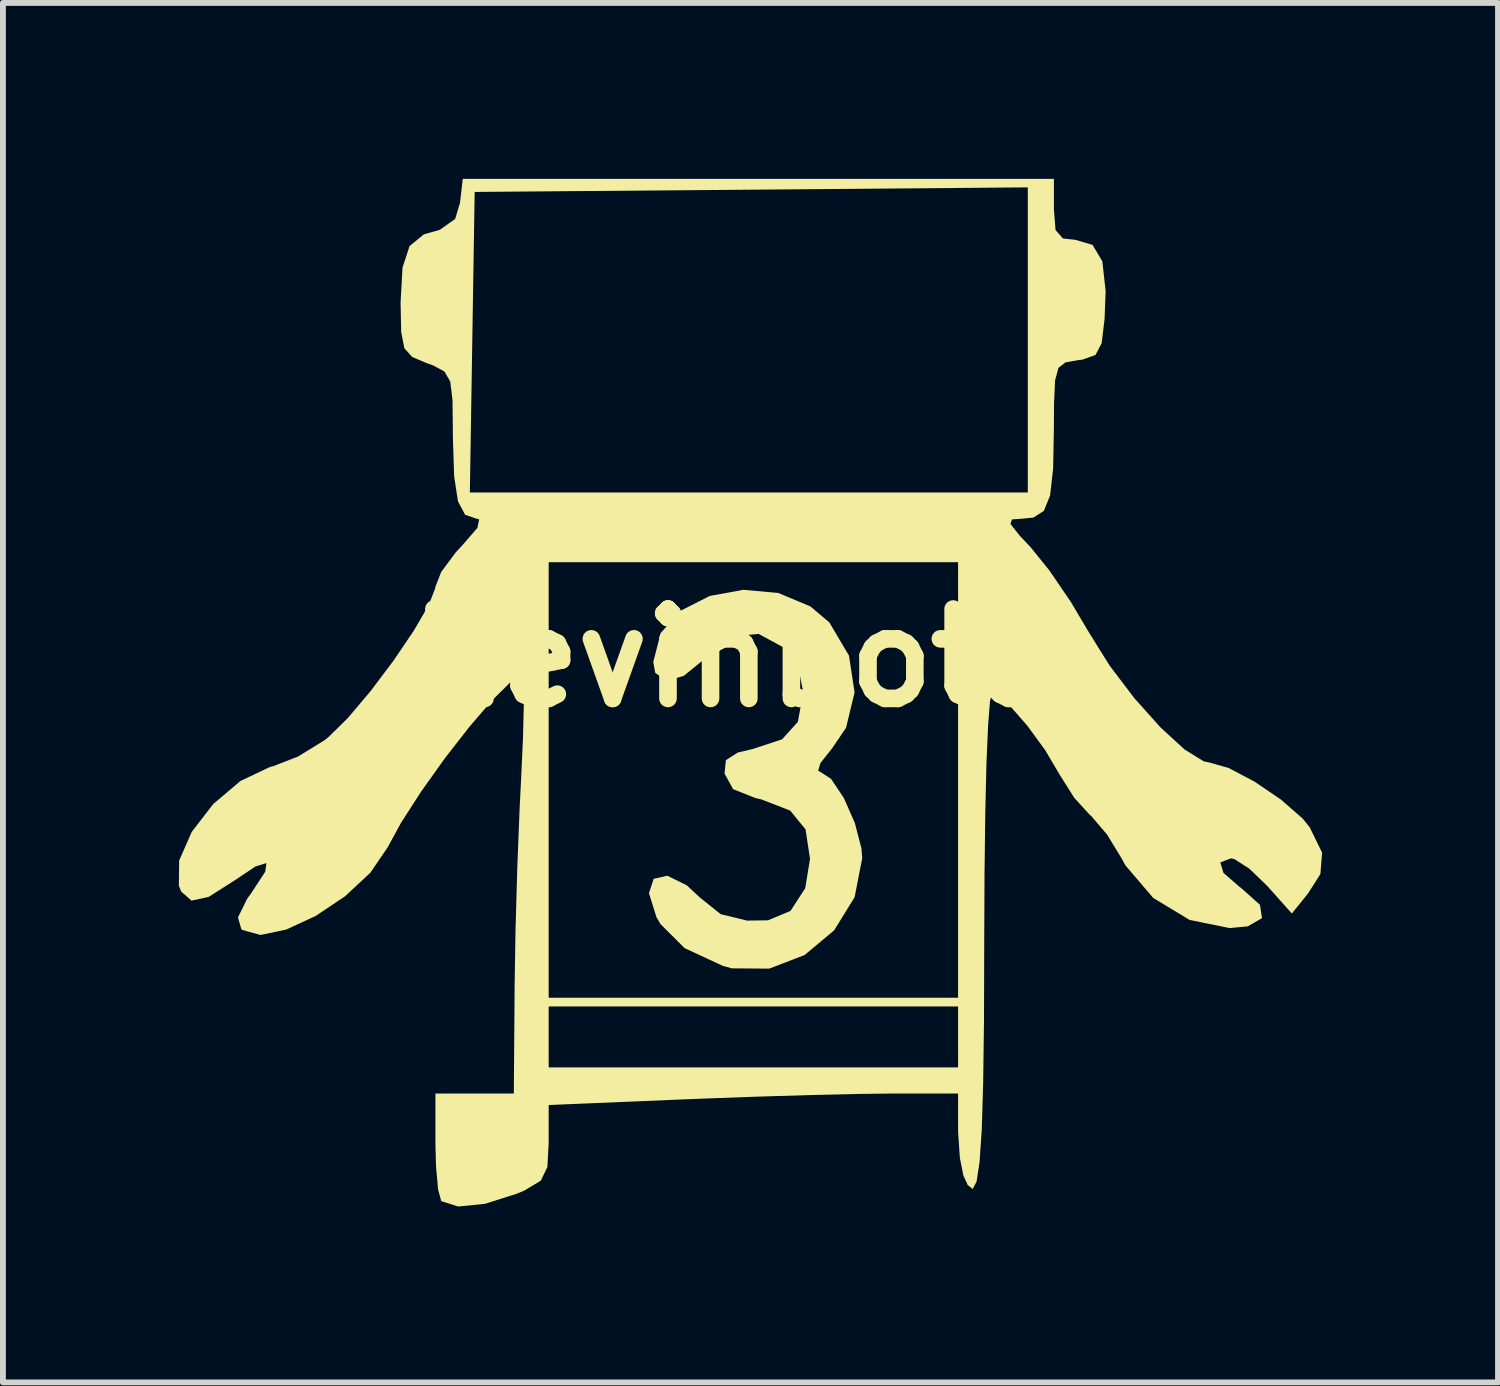
<source format=kicad_pcb>
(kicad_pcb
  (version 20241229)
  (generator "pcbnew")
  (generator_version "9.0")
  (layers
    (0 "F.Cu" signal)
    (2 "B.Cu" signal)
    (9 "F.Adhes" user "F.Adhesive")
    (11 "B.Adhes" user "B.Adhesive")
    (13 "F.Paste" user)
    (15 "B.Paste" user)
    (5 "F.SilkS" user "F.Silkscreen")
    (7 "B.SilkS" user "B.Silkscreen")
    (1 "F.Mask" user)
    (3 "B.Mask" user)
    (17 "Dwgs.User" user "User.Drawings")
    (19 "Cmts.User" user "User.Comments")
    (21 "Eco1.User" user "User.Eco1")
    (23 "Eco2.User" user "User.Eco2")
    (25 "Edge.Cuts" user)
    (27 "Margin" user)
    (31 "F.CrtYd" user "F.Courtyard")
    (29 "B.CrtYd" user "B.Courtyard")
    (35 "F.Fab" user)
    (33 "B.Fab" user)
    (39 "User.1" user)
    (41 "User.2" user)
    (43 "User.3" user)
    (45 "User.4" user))
  (footprint "Kevinbot3"
    (layer "F.Cu")
    (at 9.574 8.17)
    (property "Reference" "Kevinbot3" (at 0 0 0) (layer "F.SilkS") (effects (font (size 1.524 1.524) (thickness 0.3))))
    (attr board_only exclude_from_pos_files exclude_from_bom)
    (fp_poly (pts (xy 0.649 -1.108) (xy 1.196 -0.879) (xy 1.518 -0.606) (xy 1.853 -0.04) (xy 1.948 0.587) (xy 1.803 1.189) (xy 1.567 1.538) (xy 1.366 1.791) (xy 1.326 1.925) (xy 1.346 1.931) (xy 1.546 2.06) (xy 1.764 2.385) (xy 1.952 2.812) (xy 2.065 3.245) (xy 2.078 3.416) (xy 1.949 4.078) (xy 1.601 4.643) (xy 1.096 5.065) (xy 0.493 5.297) (xy -0.146 5.292) (xy -0.297 5.251) (xy -0.949 4.948) (xy -1.362 4.537) (xy -1.43 4.42) (xy -1.558 4.01) (xy -1.478 3.766) (xy -1.245 3.713) (xy -0.913 3.876) (xy -0.698 4.077) (xy -0.336 4.368) (xy 0.115 4.478) (xy 0.472 4.473) (xy 0.856 4.312) (xy 1.107 3.925) (xy 1.188 3.424) (xy 1.112 2.922) (xy 0.85 2.602) (xy 0.355 2.41) (xy 0.259 2.389) (xy -0.123 2.237) (xy -0.269 1.971) (xy -0.246 1.742) (xy -0.043 1.612) (xy 0.208 1.553) (xy 0.711 1.387) (xy 0.981 1.089) (xy 1.072 0.595) (xy 1.073 0.58) (xy 0.974 0.091) (xy 0.75 -0.173) (xy 0.311 -0.411) (xy -0.108 -0.371) (xy -0.547 -0.049) (xy -0.609 0.016) (xy -0.966 0.306) (xy -1.265 0.387) (xy -1.451 0.253) (xy -1.485 0.069) (xy -1.357 -0.427) (xy -1.014 -0.808) (xy -0.522 -1.058) (xy 0.054 -1.163)) (stroke (width 0) (type solid)) (fill yes) (layer "F.SilkS"))
    (fp_poly (pts (xy 5.347 -7.65) (xy 5.375 -7.298) (xy 5.5 -7.154) (xy 5.716 -7.13) (xy 6.006 -7.044) (xy 6.173 -6.764) (xy 6.229 -6.256) (xy 6.211 -5.781) (xy 6.162 -5.369) (xy 6.056 -5.167) (xy 5.835 -5.088) (xy 5.756 -5.078) (xy 5.546 -5.041) (xy 5.425 -4.949) (xy 5.367 -4.734) (xy 5.349 -4.331) (xy 5.347 -3.939) (xy 5.334 -3.231) (xy 5.282 -2.771) (xy 5.176 -2.509) (xy 4.998 -2.395) (xy 4.826 -2.377) (xy 4.632 -2.363) (xy 4.606 -2.286) (xy 4.763 -2.087) (xy 4.954 -1.884) (xy 5.27 -1.493) (xy 5.635 -0.957) (xy 5.942 -0.44) (xy 6.296 0.128) (xy 6.721 0.688) (xy 7.165 1.184) (xy 7.576 1.561) (xy 7.903 1.763) (xy 7.997 1.782) (xy 8.326 1.875) (xy 8.768 2.108) (xy 9.222 2.417) (xy 9.587 2.736) (xy 9.708 2.885) (xy 9.92 3.319) (xy 9.891 3.684) (xy 9.678 4.019) (xy 9.404 4.357) (xy 8.985 3.887) (xy 8.68 3.593) (xy 8.425 3.429) (xy 8.368 3.416) (xy 8.184 3.486) (xy 8.239 3.665) (xy 8.517 3.907) (xy 8.541 3.923) (xy 8.861 4.209) (xy 8.895 4.436) (xy 8.652 4.576) (xy 8.34 4.605) (xy 7.662 4.467) (xy 7.041 4.092) (xy 6.567 3.537) (xy 6.5 3.415) (xy 6.254 3.012) (xy 5.991 2.703) (xy 5.959 2.675) (xy 5.694 2.384) (xy 5.447 1.993) (xy 5.443 1.986) (xy 5.198 1.571) (xy 4.893 1.154) (xy 4.592 0.81) (xy 4.356 0.614) (xy 4.294 0.594) (xy 4.257 0.737) (xy 4.225 1.147) (xy 4.197 1.791) (xy 4.177 2.639) (xy 4.164 3.659) (xy 4.159 4.821) (xy 4.159 4.827) (xy 4.155 6.172) (xy 4.141 7.237) (xy 4.117 8.04) (xy 4.079 8.599) (xy 4.028 8.931) (xy 3.961 9.055) (xy 3.877 8.986) (xy 3.804 8.826) (xy 3.744 8.528) (xy 3.714 8.095) (xy 3.713 8.009) (xy 3.713 7.427) (xy 2.562 7.427) (xy 1.992 7.434) (xy 1.215 7.452) (xy 0.318 7.479) (xy -0.609 7.512) (xy -0.928 7.525) (xy -3.268 7.622) (xy -3.268 8.265) (xy -3.29 8.68) (xy -3.403 8.913) (xy -3.679 9.079) (xy -3.806 9.133) (xy -4.353 9.307) (xy -4.811 9.353) (xy -5.096 9.263) (xy -5.1 9.259) (xy -5.153 9.067) (xy -5.189 8.674) (xy -5.199 8.293) (xy -5.199 7.427) (xy -3.862 7.427) (xy -3.859 6.981) (xy -3.268 6.981) (xy 3.713 6.981) (xy 3.713 5.942) (xy -3.268 5.942) (xy -3.268 6.981) (xy -3.859 6.981) (xy -3.85 5.793) (xy -3.268 5.793) (xy 3.713 5.793) (xy 3.713 -1.634) (xy -3.268 -1.634) (xy -3.268 5.793) (xy -3.85 5.793) (xy -3.849 5.607) (xy -3.834 4.662) (xy -3.804 3.599) (xy -3.764 2.576) (xy -3.737 2.042) (xy -3.706 1.363) (xy -3.692 0.807) (xy -3.697 0.432) (xy -3.721 0.297) (xy -3.92 0.413) (xy -4.235 0.725) (xy -4.622 1.176) (xy -5.039 1.711) (xy -5.441 2.275) (xy -5.787 2.812) (xy -6.015 3.231) (xy -6.309 3.662) (xy -6.74 4.063) (xy -7.24 4.398) (xy -7.743 4.631) (xy -8.182 4.723) (xy -8.491 4.638) (xy -8.51 4.621) (xy -8.566 4.424) (xy -8.412 4.11) (xy -8.334 4) (xy -8.101 3.644) (xy -8.08 3.496) (xy -8.27 3.556) (xy -8.618 3.789) (xy -9.066 4.074) (xy -9.359 4.137) (xy -9.535 3.982) (xy -9.574 3.882) (xy -9.569 3.454) (xy -9.355 2.966) (xy -8.988 2.49) (xy -8.524 2.097) (xy -8.022 1.859) (xy -7.963 1.844) (xy -7.542 1.68) (xy -7.095 1.405) (xy -7.021 1.347) (xy -6.691 1.022) (xy -6.306 0.566) (xy -5.916 0.048) (xy -5.569 -0.464) (xy -5.315 -0.9) (xy -5.202 -1.191) (xy -5.2 -1.214) (xy -5.1 -1.468) (xy -4.851 -1.803) (xy -4.742 -1.92) (xy -4.483 -2.219) (xy -4.454 -2.365) (xy -4.503 -2.377) (xy -4.693 -2.442) (xy -4.814 -2.669) (xy -4.838 -2.822) (xy -4.612 -2.822) (xy 4.902 -2.822) (xy 4.902 -8.025) (xy -4.53 -7.947) (xy -4.571 -5.385) (xy -4.612 -2.822) (xy -4.838 -2.822) (xy -4.88 -3.099) (xy -4.902 -3.777) (xy -4.902 -3.86) (xy -4.908 -4.397) (xy -4.946 -4.713) (xy -5.045 -4.885) (xy -5.234 -4.987) (xy -5.347 -5.028) (xy -5.596 -5.133) (xy -5.729 -5.282) (xy -5.783 -5.559) (xy -5.793 -6.047) (xy -5.793 -6.064) (xy -5.76 -6.659) (xy -5.64 -7.024) (xy -5.397 -7.224) (xy -5.125 -7.301) (xy -4.863 -7.486) (xy -4.78 -7.762) (xy -4.733 -8.17) (xy 5.347 -8.17)) (stroke (width 0) (type solid)) (fill yes) (layer "F.SilkS")))
  (gr_rect
    (start -3 -3)
    (end 22.494 20.523)
    (stroke (width 0.1) (type default))
    (fill no)
    (layer "Edge.Cuts")))
</source>
